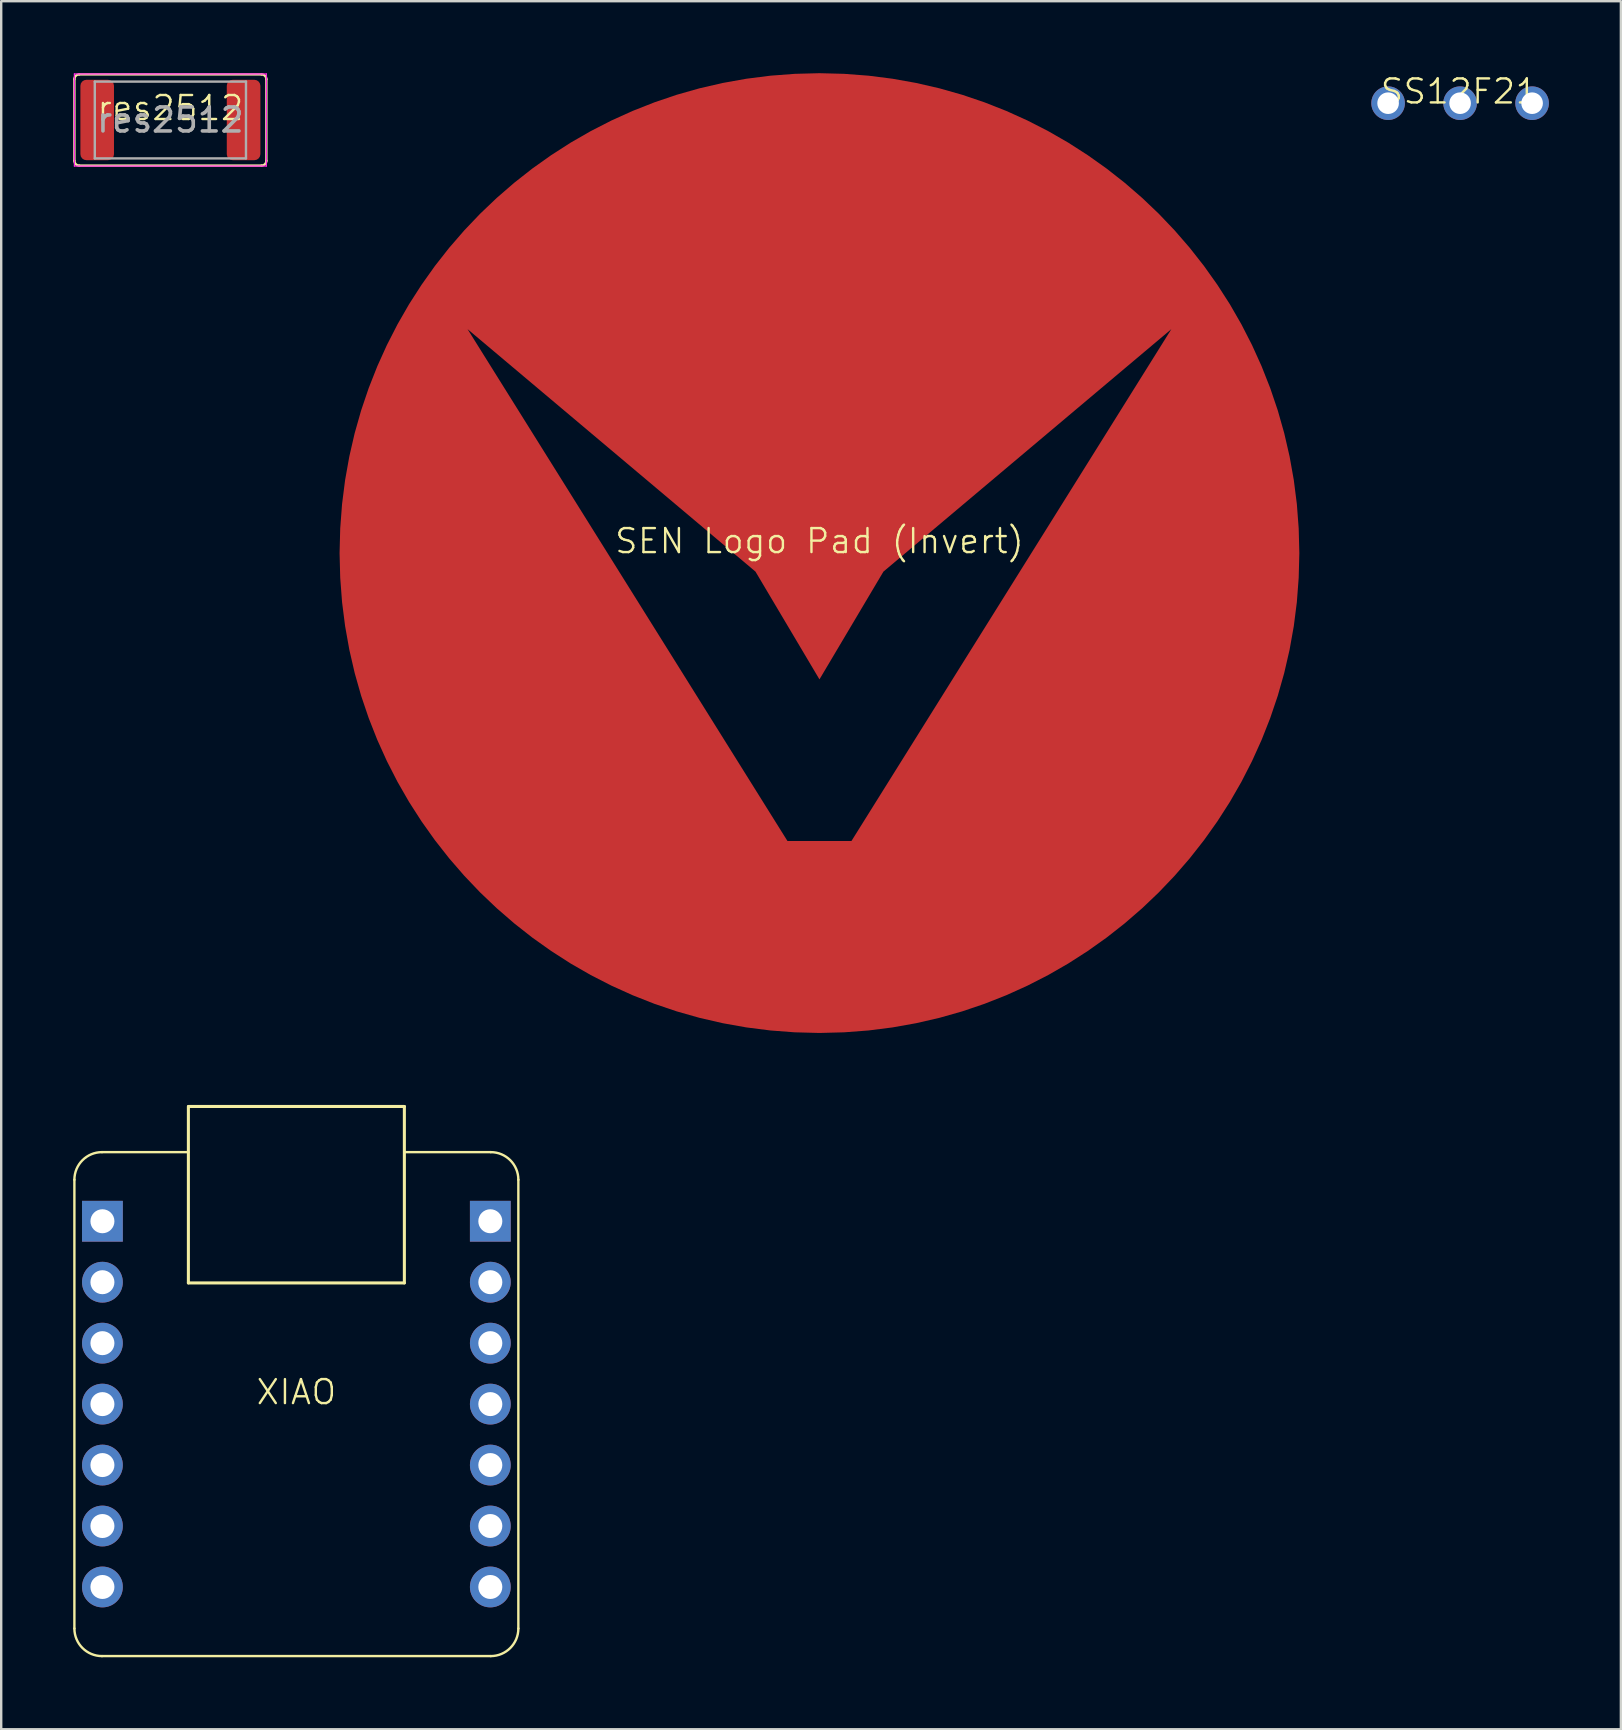
<source format=kicad_pcb>
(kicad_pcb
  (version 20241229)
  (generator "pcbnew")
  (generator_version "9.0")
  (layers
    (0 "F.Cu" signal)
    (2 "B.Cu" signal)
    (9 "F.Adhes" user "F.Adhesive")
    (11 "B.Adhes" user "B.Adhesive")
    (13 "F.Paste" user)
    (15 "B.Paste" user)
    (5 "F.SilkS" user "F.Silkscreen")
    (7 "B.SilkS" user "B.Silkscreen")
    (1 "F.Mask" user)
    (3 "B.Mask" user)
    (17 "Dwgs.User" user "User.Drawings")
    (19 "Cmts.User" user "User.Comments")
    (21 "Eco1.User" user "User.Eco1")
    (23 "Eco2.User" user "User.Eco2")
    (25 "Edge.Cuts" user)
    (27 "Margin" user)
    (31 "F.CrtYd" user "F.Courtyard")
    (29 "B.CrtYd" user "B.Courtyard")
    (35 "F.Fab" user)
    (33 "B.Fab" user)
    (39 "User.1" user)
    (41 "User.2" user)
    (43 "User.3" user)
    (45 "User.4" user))
  (footprint "res2512"
    (layer "F.Cu")
    (at 4.05 1.95)
    (property "Reference" "res2512" (at 0 -0.5 0) (unlocked yes) (layer "F.SilkS") (effects (font (size 1 1) (thickness 0.1))))
    (attr smd)
    (fp_line (start -4 1.7) (end -4 -1.7) (stroke (width 0.1) (type default)) (layer "F.SilkS"))
    (fp_line (start -3.8 -1.9) (end 3.8 -1.9) (stroke (width 0.1) (type default)) (layer "F.SilkS"))
    (fp_line (start 3.8 1.9) (end -3.8 1.9) (stroke (width 0.1) (type default)) (layer "F.SilkS"))
    (fp_line (start 4 -1.7) (end 4 1.7) (stroke (width 0.1) (type default)) (layer "F.SilkS"))
    (fp_arc (start -4 -1.7) (mid -3.941421 -1.841421) (end -3.8 -1.9) (stroke (width 0.1) (type default)) (layer "F.SilkS"))
    (fp_arc (start -3.8 1.9) (mid -3.941421 1.841421) (end -4 1.7) (stroke (width 0.1) (type default)) (layer "F.SilkS"))
    (fp_arc (start 3.8 -1.9) (mid 3.941421 -1.841421) (end 4 -1.7) (stroke (width 0.1) (type default)) (layer "F.SilkS"))
    (fp_arc (start 4 1.7) (mid 3.941421 1.841421) (end 3.8 1.9) (stroke (width 0.1) (type default)) (layer "F.SilkS"))
    (fp_line (start -4 -1.92) (end 4 -1.92) (stroke (width 0.05) (type solid)) (layer "F.CrtYd"))
    (fp_line (start -4 1.92) (end -4 -1.92) (stroke (width 0.05) (type solid)) (layer "F.CrtYd"))
    (fp_line (start 4 -1.92) (end 4 1.92) (stroke (width 0.05) (type solid)) (layer "F.CrtYd"))
    (fp_line (start 4 1.92) (end -4 1.92) (stroke (width 0.05) (type solid)) (layer "F.CrtYd"))
    (fp_line (start -3.15 -1.6) (end 3.15 -1.6) (stroke (width 0.1) (type solid)) (layer "F.Fab"))
    (fp_line (start -3.15 1.6) (end -3.15 -1.6) (stroke (width 0.1) (type solid)) (layer "F.Fab"))
    (fp_line (start 3.15 -1.6) (end 3.15 1.6) (stroke (width 0.1) (type solid)) (layer "F.Fab"))
    (fp_line (start 3.15 1.6) (end -3.15 1.6) (stroke (width 0.1) (type solid)) (layer "F.Fab"))
    (fp_text user "${REFERENCE}" (at 0 0 0) (layer "F.Fab") (effects (font (size 1 1) (thickness 0.15))))
    (pad "1" smd roundrect (at -3.05 0) (size 1.4 3.35) (layers "F.Cu" "F.Mask" "F.Paste") (roundrect_rratio 0.179))
    (pad "2" smd roundrect (at 3.05 0) (size 1.4 3.35) (layers "F.Cu" "F.Mask" "F.Paste") (roundrect_rratio 0.179)))
  (footprint "XIAO"
    (layer "F.Cu")
    (at 9.3 55.46)
    (property "Reference" "XIAO" (at 0 -0.5 0) (unlocked yes) (layer "F.SilkS") (effects (font (size 1 1) (thickness 0.1))))
    (attr smd)
    (fp_line (start -9.25 9.35) (end -9.25 -9.35) (stroke (width 0.1) (type default)) (layer "F.SilkS"))
    (fp_line (start -8.1 -10.5) (end -4.5 -10.5) (stroke (width 0.1) (type default)) (layer "F.SilkS"))
    (fp_line (start -4.5 -5.05) (end -4.5 -12.403) (stroke (width 0.127) (type solid)) (layer "F.SilkS"))
    (fp_line (start -4.495 -12.403) (end 4.5 -12.403) (stroke (width 0.127) (type solid)) (layer "F.SilkS"))
    (fp_line (start 4.5 -12.403) (end 4.5 -5.05) (stroke (width 0.127) (type solid)) (layer "F.SilkS"))
    (fp_line (start 4.5 -5.05) (end -4.5 -5.05) (stroke (width 0.127) (type solid)) (layer "F.SilkS"))
    (fp_line (start 8.1 -10.5) (end 4.5 -10.5) (stroke (width 0.1) (type default)) (layer "F.SilkS"))
    (fp_line (start 8.1 10.5) (end -8.1 10.5) (stroke (width 0.1) (type default)) (layer "F.SilkS"))
    (fp_line (start 9.25 -9.35) (end 9.25 9.35) (stroke (width 0.1) (type default)) (layer "F.SilkS"))
    (fp_arc (start -9.25 -9.35) (mid -8.913173 -10.163173) (end -8.1 -10.5) (stroke (width 0.1) (type default)) (layer "F.SilkS"))
    (fp_arc (start -8.1 10.5) (mid -8.913173 10.163173) (end -9.25 9.35) (stroke (width 0.1) (type default)) (layer "F.SilkS"))
    (fp_arc (start 8.099999 -10.499999) (mid 8.913172 -10.163172) (end 9.249999 -9.349999) (stroke (width 0.1) (type default)) (layer "F.SilkS"))
    (fp_arc (start 9.249999 9.349999) (mid 8.913172 10.163172) (end 8.099999 10.499999) (stroke (width 0.1) (type default)) (layer "F.SilkS"))
    (pad "0" thru_hole rect (at -8.082 -7.62) (size 1.7 1.7) (drill 1) (layers "*.Cu" "*.Mask"))
    (pad "1" thru_hole oval (at -8.082 -5.08) (size 1.7 1.7) (drill 1) (layers "*.Cu" "*.Mask"))
    (pad "2" thru_hole oval (at -8.082 -2.54) (size 1.7 1.7) (drill 1) (layers "*.Cu" "*.Mask"))
    (pad "3" thru_hole oval (at -8.082 0) (size 1.7 1.7) (drill 1) (layers "*.Cu" "*.Mask"))
    (pad "4" thru_hole oval (at -8.082 2.54) (size 1.7 1.7) (drill 1) (layers "*.Cu" "*.Mask"))
    (pad "5" thru_hole oval (at -8.082 5.08) (size 1.7 1.7) (drill 1) (layers "*.Cu" "*.Mask"))
    (pad "6" thru_hole oval (at -8.082 7.62) (size 1.7 1.7) (drill 1) (layers "*.Cu" "*.Mask"))
    (pad "7" thru_hole oval (at 8.082 7.62) (size 1.7 1.7) (drill 1) (layers "*.Cu" "*.Mask"))
    (pad "8" thru_hole oval (at 8.082 5.08) (size 1.7 1.7) (drill 1) (layers "*.Cu" "*.Mask"))
    (pad "9" thru_hole oval (at 8.082 2.54) (size 1.7 1.7) (drill 1) (layers "*.Cu" "*.Mask"))
    (pad "10" thru_hole oval (at 8.082 0) (size 1.7 1.7) (drill 1) (layers "*.Cu" "*.Mask"))
    (pad "11" thru_hole oval (at 8.082 -2.54) (size 1.7 1.7) (drill 1) (layers "*.Cu" "*.Mask"))
    (pad "12" thru_hole oval (at 8.082 -5.08) (size 1.7 1.7) (drill 1) (layers "*.Cu" "*.Mask"))
    (pad "13" thru_hole rect (at 8.082 -7.62) (size 1.7 1.7) (drill 1) (layers "*.Cu" "*.Mask")))
  (footprint "SEN Logo Pad (Invert)"
    (layer "F.Cu")
    (at 31.097 19.997)
    (property "Reference" "SEN Logo Pad (Invert)" (at 0 -0.5 0) (unlocked yes) (layer "F.SilkS") (effects (font (size 1 1) (thickness 0.1))))
    (attr smd)
    (pad "2" smd custom (at 0.35 -10.6) (size 1.524 1.524) (layers "F.Cu" "F.Mask" "F.Paste") (options (anchor circle)) (primitives (gr_poly (pts (xy -1.143 -0.381) (xy -1.127 -0.49) (xy -1.072 -0.602) (xy -0.983 -0.691) (xy -0.871 -0.746) (xy -0.762 -0.762) (xy 0.762 -0.762) (xy 0.871 -0.746) (xy 0.983 -0.691) (xy 1.072 -0.602) (xy 1.127 -0.49) (xy 1.143 -0.381) (xy 1.143 0.381) (xy 1.127 0.49) (xy 1.072 0.602) (xy 0.983 0.691) (xy 0.871 0.746) (xy 0.762 0.762) (xy -0.762 0.762) (xy -0.871 0.746) (xy -0.983 0.691) (xy -1.072 0.602) (xy -1.127 0.49) (xy -1.143 0.381)) (width 0) (fill yes)) (gr_poly (pts (xy 0.679 -9.37) (xy 1.695 -9.293) (xy 2.695 -9.166) (xy 3.68 -8.99) (xy 4.648 -8.767) (xy 5.596 -8.498) (xy 6.526 -8.183) (xy 7.434 -7.825) (xy 8.319 -7.425) (xy 9.182 -6.983) (xy 10.019 -6.502) (xy 10.83 -5.981) (xy 11.614 -5.424) (xy 12.37 -4.83) (xy 13.095 -4.202) (xy 13.79 -3.54) (xy 14.452 -2.845) (xy 15.08 -2.12) (xy 15.674 -1.364) (xy 16.231 -0.58) (xy 16.752 0.231) (xy 17.233 1.068) (xy 17.675 1.931) (xy 18.075 2.816) (xy 18.433 3.724) (xy 18.748 4.654) (xy 19.017 5.602) (xy 19.24 6.57) (xy 19.416 7.555) (xy 19.543 8.555) (xy 19.62 9.571) (xy 19.647 10.6) (xy 19.62 11.629) (xy 19.543 12.645) (xy 19.416 13.645) (xy 19.24 14.63) (xy 19.017 15.598) (xy 18.748 16.546) (xy 18.433 17.476) (xy 18.075 18.384) (xy 17.675 19.269) (xy 17.233 20.132) (xy 16.752 20.969) (xy 16.231 21.78) (xy 15.674 22.564) (xy 15.08 23.32) (xy 14.452 24.045) (xy 13.79 24.74) (xy 13.095 25.402) (xy 12.37 26.03) (xy 11.614 26.624) (xy 10.83 27.181) (xy 10.019 27.702) (xy 9.182 28.183) (xy 8.319 28.625) (xy 7.434 29.025) (xy 6.526 29.383) (xy 5.596 29.698) (xy 4.648 29.967) (xy 3.68 30.19) (xy 2.695 30.366) (xy 1.695 30.493) (xy 0.679 30.57) (xy -0.35 30.597) (xy -1.379 30.57) (xy -2.395 30.493) (xy -3.395 30.366) (xy -4.38 30.19) (xy -5.348 29.967) (xy -6.296 29.698) (xy -7.226 29.383) (xy -8.134 29.025) (xy -9.019 28.625) (xy -9.882 28.183) (xy -10.719 27.702) (xy -11.53 27.181) (xy -12.314 26.624) (xy -13.07 26.03) (xy -13.795 25.402) (xy -14.49 24.74) (xy -15.152 24.045) (xy -15.78 23.32) (xy -16.374 22.564) (xy -16.931 21.78) (xy -17.452 20.969) (xy -17.933 20.132) (xy -18.375 19.269) (xy -18.775 18.384) (xy -19.133 17.476) (xy -19.448 16.546) (xy -19.717 15.598) (xy -19.94 14.63) (xy -20.116 13.645) (xy -20.243 12.645) (xy -20.32 11.629) (xy -20.347 10.6) (xy -20.32 9.571) (xy -20.243 8.555) (xy -20.116 7.555) (xy -19.94 6.57) (xy -19.717 5.602) (xy -19.448 4.654) (xy -19.133 3.724) (xy -18.775 2.816) (xy -18.375 1.931) (xy -18.035 1.268) (xy -15.014 1.268) (xy -1.683 22.598) (xy 0.983 22.598) (xy 14.314 1.268) (xy 2.316 11.372) (xy -0.35 15.863) (xy -3.016 11.372) (xy -15.014 1.268) (xy -18.035 1.268) (xy -17.933 1.068) (xy -17.452 0.231) (xy -16.931 -0.58) (xy -16.374 -1.364) (xy -15.78 -2.12) (xy -15.152 -2.845) (xy -14.49 -3.54) (xy -13.795 -4.202) (xy -13.07 -4.83) (xy -12.314 -5.424) (xy -11.53 -5.981) (xy -10.719 -6.502) (xy -9.882 -6.983) (xy -9.019 -7.425) (xy -8.134 -7.825) (xy -7.226 -8.183) (xy -6.296 -8.498) (xy -5.348 -8.767) (xy -4.38 -8.99) (xy -3.395 -9.166) (xy -2.395 -9.293) (xy -1.379 -9.37) (xy -0.35 -9.397)) (width 0) (fill yes)))))
  (footprint "SS12F21"
    (layer "F.Cu")
    (at 57.763 1.26)
    (property "Reference" "SS12F21" (at 0 -0.5 0) (unlocked yes) (layer "F.SilkS") (effects (font (size 1 1) (thickness 0.1))))
    (attr through_hole)
    (pad "1" thru_hole circle (at 3.03 -0.01) (size 1.4 1.4) (drill 0.9) (layers "*.Cu" "*.Mask"))
    (pad "2" thru_hole circle (at 0.03 -0.01) (size 1.4 1.4) (drill 0.9) (layers "*.Cu" "*.Mask"))
    (pad "3" thru_hole circle (at -2.97 -0.01) (size 1.4 1.4) (drill 0.9) (layers "*.Cu" "*.Mask")))
  (gr_rect
    (start -3 -3)
    (end 64.493 69.01)
    (stroke (width 0.1) (type default))
    (fill no)
    (layer "Edge.Cuts")))
</source>
